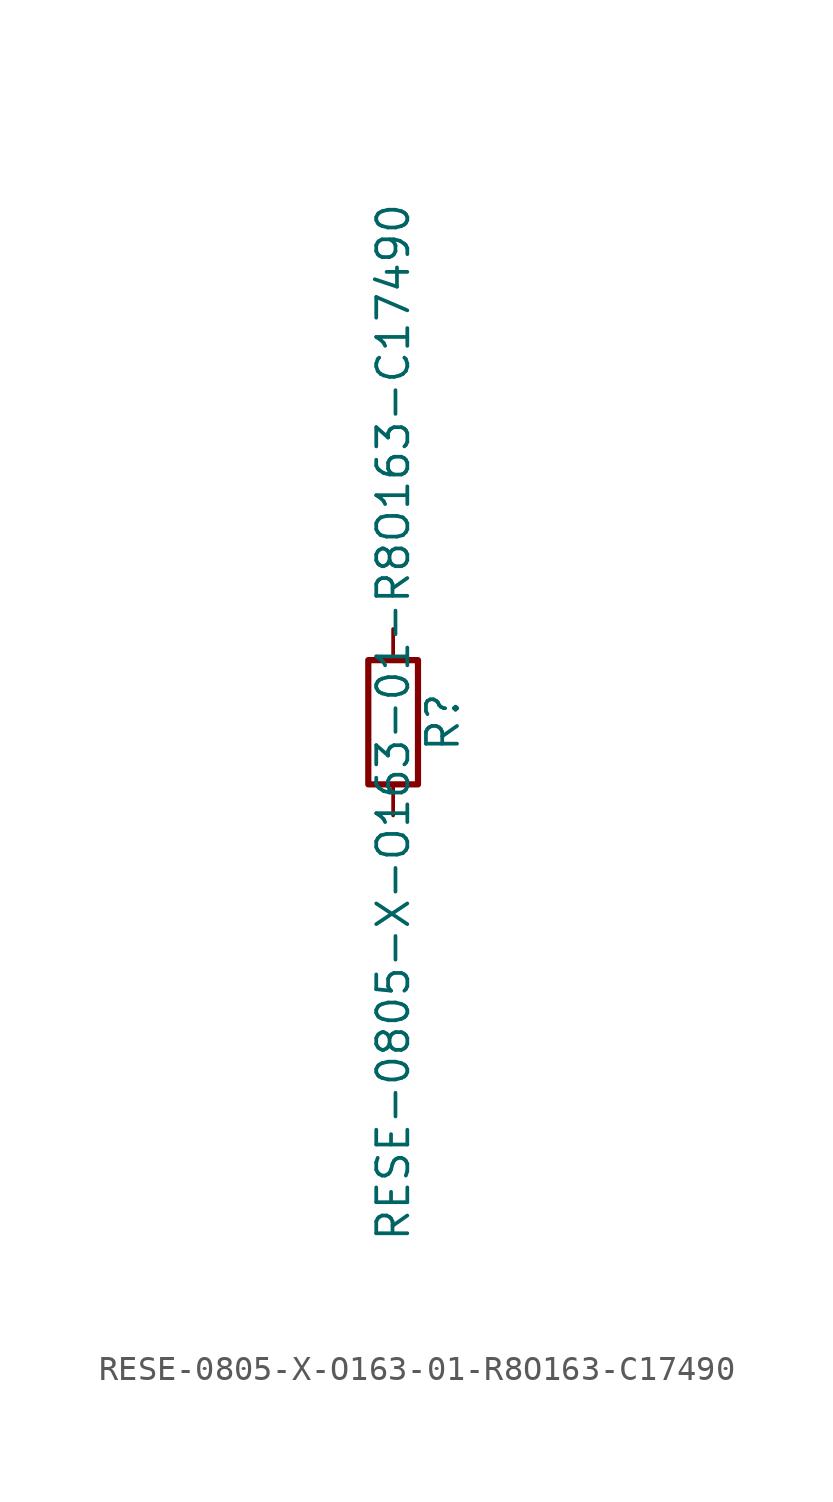
<source format=kicad_sym>
(kicad_symbol_lib
  (version 20211014)
  (generator kicad_symbol_editor)
  (symbol "RESE-0805-X-O163-01-R8O163-C17490"
    (pin_numbers hide)
    (pin_names
      (offset 0))
    (property "Reference" "R"
      (at 2.032 0 90)
      (effects (font (size 1.27 1.27))))
    (property "Value" "RESE-0805-X-O163-01-R8O163-C17490"
      (at 0 0 90)
      (effects (font (size 1.27 1.27))))
    (symbol "RESE-0805-X-O163-01-R8O163-C17490_0_1"
      (rectangle (start -1.016 -2.54) (end 1.016 2.54) (stroke (width 0.254) (type default) (color 0 0 0 0)) (fill (type none))))
    (symbol "RESE-0805-X-O163-01-R8O163-C17490_1_1"
      (pin passive line (at 0 3.81 270) (length 1.27) (name "~" (effects (font (size 1.27 1.27)))) (number "1" (effects (font (size 1.27 1.27)))))
      (pin passive line (at 0 -3.81 90) (length 1.27) (name "~" (effects (font (size 1.27 1.27)))) (number "2" (effects (font (size 1.27 1.27))))))))
</source>
